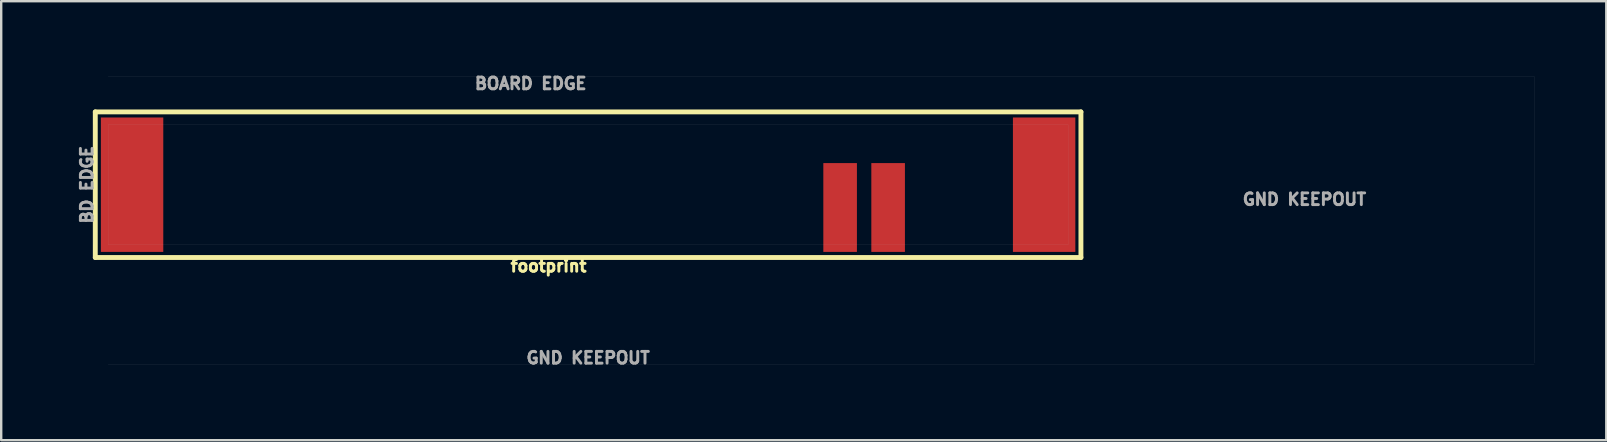
<source format=kicad_pcb>
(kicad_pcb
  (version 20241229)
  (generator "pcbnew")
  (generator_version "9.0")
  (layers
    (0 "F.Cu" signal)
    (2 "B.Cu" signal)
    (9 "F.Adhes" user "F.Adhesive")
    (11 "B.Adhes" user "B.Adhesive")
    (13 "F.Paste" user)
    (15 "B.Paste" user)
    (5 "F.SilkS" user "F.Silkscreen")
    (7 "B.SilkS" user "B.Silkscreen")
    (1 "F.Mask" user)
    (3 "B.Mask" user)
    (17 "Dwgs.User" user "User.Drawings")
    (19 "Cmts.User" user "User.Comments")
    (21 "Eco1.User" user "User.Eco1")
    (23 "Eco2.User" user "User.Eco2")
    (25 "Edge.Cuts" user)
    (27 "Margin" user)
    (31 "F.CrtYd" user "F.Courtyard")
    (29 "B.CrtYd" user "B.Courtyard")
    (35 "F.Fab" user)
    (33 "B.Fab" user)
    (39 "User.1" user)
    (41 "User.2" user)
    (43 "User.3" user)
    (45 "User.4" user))
  (footprint "footprint"
    (layer "F.Cu")
    (at 21.453 4.645)
    (property "Reference" "footprint" (at 0 3.1 0) (layer "F.SilkS") (effects (font (size 0.488 0.488) (thickness 0.122)) (justify right top)))
    (fp_line (start -20.533 -3.033) (end 20.533 -3.033) (stroke (width 0.203) (type solid)) (layer "F.SilkS"))
    (fp_line (start -20.533 3.033) (end -20.533 -3.033) (stroke (width 0.203) (type solid)) (layer "F.SilkS"))
    (fp_line (start 20.533 -3.033) (end 20.533 3.033) (stroke (width 0.203) (type solid)) (layer "F.SilkS"))
    (fp_line (start 20.533 3.033) (end -20.533 3.033) (stroke (width 0.203) (type solid)) (layer "F.SilkS"))
    (fp_line (start -20.6 2.5) (end -20.6 -2.5) (stroke (width 0.003) (type solid)) (layer "F.Fab"))
    (fp_line (start -20 -4.5) (end 39.42 -4.5) (stroke (width 0.003) (type solid)) (layer "F.Fab"))
    (fp_line (start -20 -2.5) (end 20 -2.5) (stroke (width 0.003) (type solid)) (layer "F.Fab"))
    (fp_line (start -20 2.5) (end -20 -2.5) (stroke (width 0.003) (type solid)) (layer "F.Fab"))
    (fp_line (start -20 7.5) (end 39.42 7.5) (stroke (width 0.003) (type solid)) (layer "F.Fab"))
    (fp_line (start 20 -2.5) (end 20 2.5) (stroke (width 0.003) (type solid)) (layer "F.Fab"))
    (fp_line (start 20 2.5) (end -20 2.5) (stroke (width 0.003) (type solid)) (layer "F.Fab"))
    (fp_line (start 39.42 -4.5) (end 39.42 -4.506) (stroke (width 0.003) (type solid)) (layer "F.Fab"))
    (fp_line (start 39.42 7.427) (end 39.42 -4.5) (stroke (width 0.003) (type solid)) (layer "F.Fab"))
    (fp_text user "BOARD EDGE" (at 0 -4.5 0) (layer "F.Fab") (effects (font (size 0.488 0.488) (thickness 0.122)) (justify right top)))
    (fp_text user "BD EDGE" (at -20.6 0 90) (layer "F.Fab") (effects (font (size 0.488 0.488) (thickness 0.122)) (justify bottom)))
    (fp_text user "GND KEEPOUT" (at 0 7.5 0) (layer "F.Fab") (effects (font (size 0.488 0.488) (thickness 0.122)) (justify bottom)))
    (fp_text user "GND KEEPOUT" (at 29.845 0.896 0) (layer "F.Fab") (effects (font (size 0.488 0.488) (thickness 0.122)) (justify bottom)))
    (pad "FEED" smd rect (at 12.5 0.95) (size 1.4 3.7) (layers "F.Cu" "F.Mask" "F.Paste"))
    (pad "GND" smd rect (at 10.5 0.95) (size 1.4 3.7) (layers "F.Cu" "F.Mask" "F.Paste"))
    (pad "MNT1" smd rect (at -19 0) (size 2.6 5.6) (layers "F.Cu" "F.Mask" "F.Paste"))
    (pad "MNT2" smd rect (at 19 0) (size 2.6 5.6) (layers "F.Cu" "F.Mask" "F.Paste")))
  (gr_rect
    (start -3 -3)
    (end 63.875 15.29)
    (stroke (width 0.1) (type default))
    (fill no)
    (layer "Edge.Cuts")))
</source>
